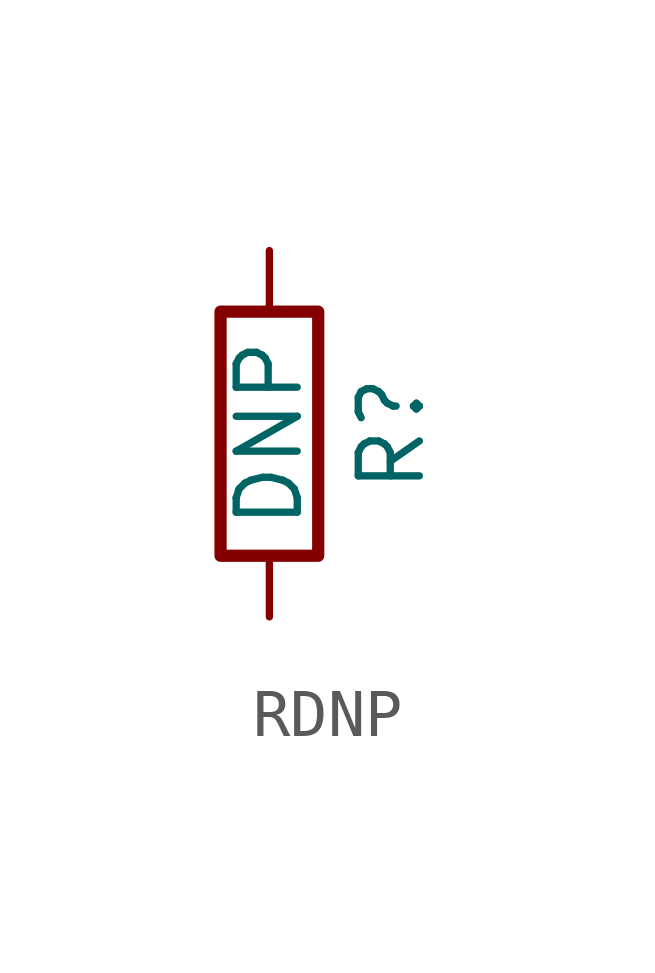
<source format=kicad_sym>
(kicad_symbol_lib
  (version 20220914)
  (generator kicad_symbol_editor)
  (symbol "RDNP"
    (pin_numbers hide)
    (pin_names
      (offset 0))
    (property "Reference" "R"
      (at 2.54 0 90)
      (effects (font (size 1.27 1.27))))
    (property "Value" "DNP"
      (at 0 0 90)
      (effects (font (size 1.27 1.27))))
    (symbol "RDNP_0_1"
      (rectangle (start -1.016 -2.54) (end 1.016 2.54) (stroke (width 0.254) (type default)) (fill (type none))))
    (symbol "RDNP_1_1"
      (pin passive line (at 0 3.81 270) (length 1.27) (name "~" (effects (font (size 1.27 1.27)))) (number "1" (effects (font (size 1.27 1.27)))))
      (pin passive line (at 0 -3.81 90) (length 1.27) (name "~" (effects (font (size 1.27 1.27)))) (number "2" (effects (font (size 1.27 1.27))))))))
</source>
